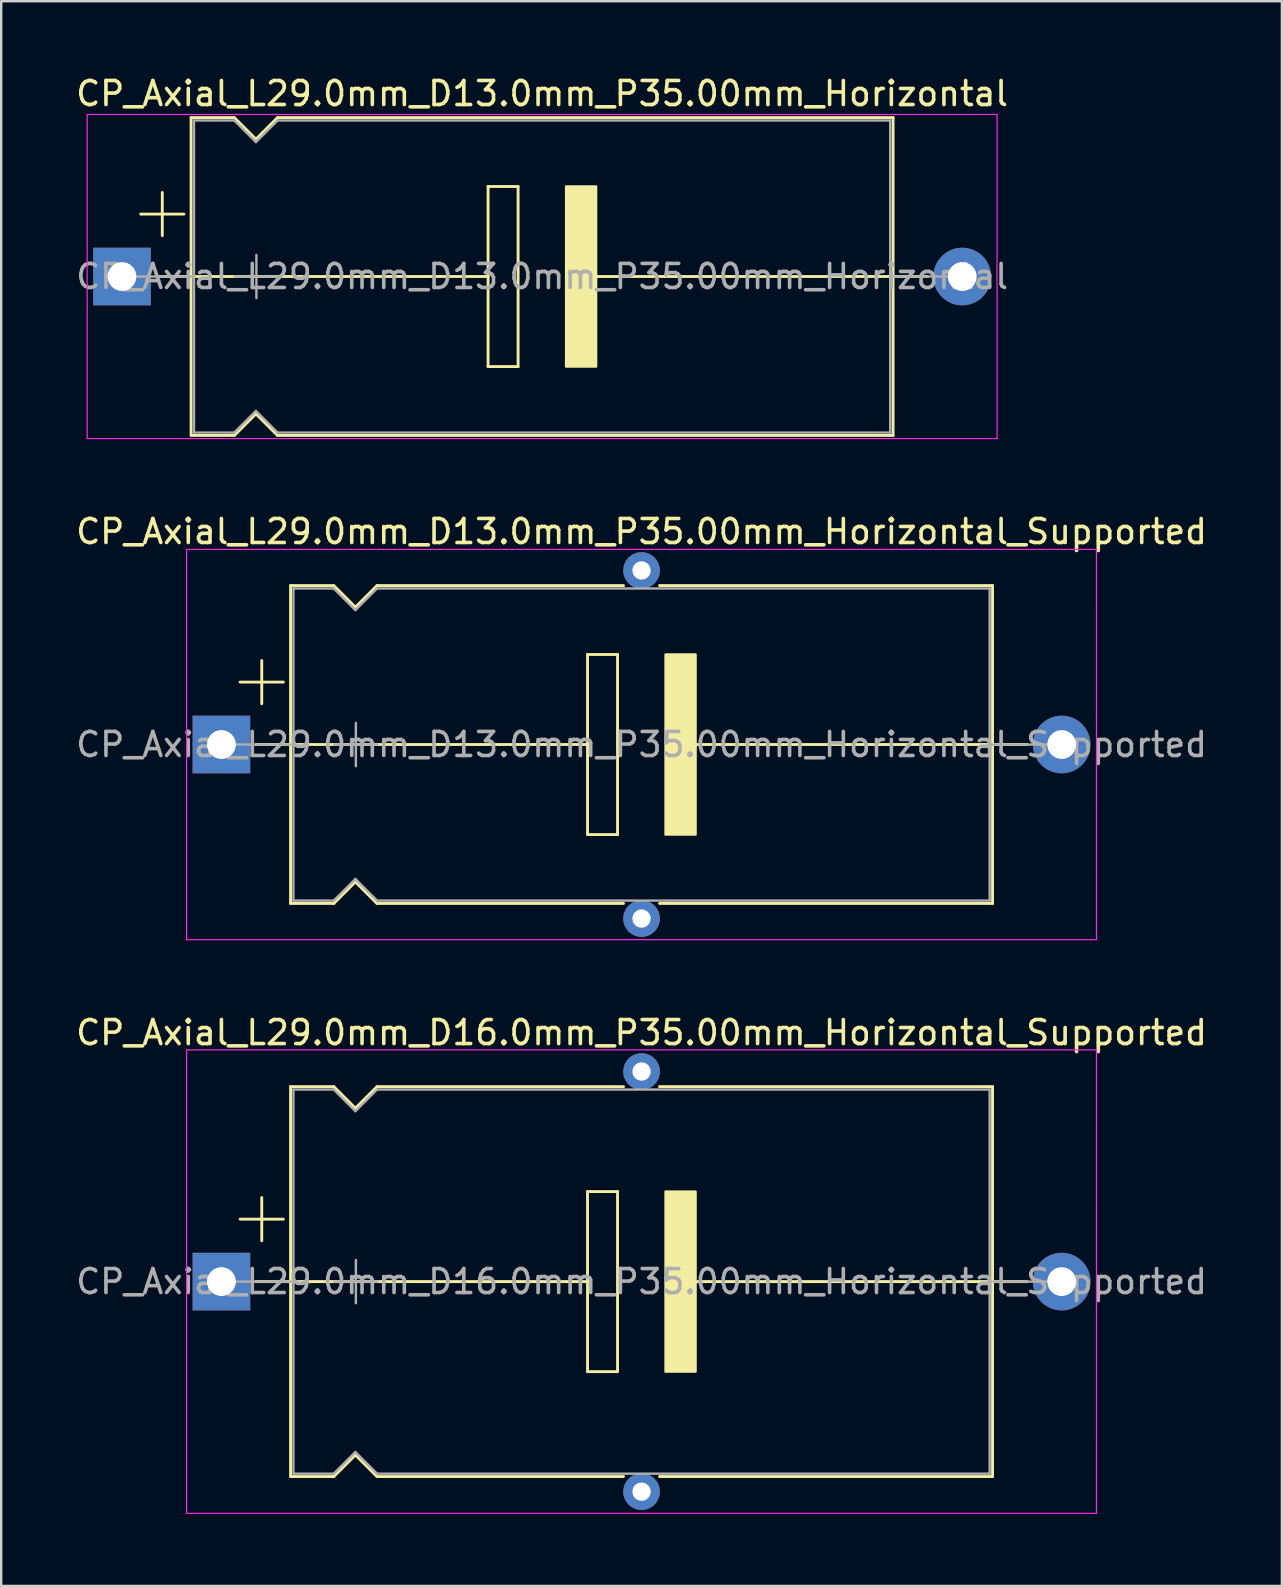
<source format=kicad_pcb>
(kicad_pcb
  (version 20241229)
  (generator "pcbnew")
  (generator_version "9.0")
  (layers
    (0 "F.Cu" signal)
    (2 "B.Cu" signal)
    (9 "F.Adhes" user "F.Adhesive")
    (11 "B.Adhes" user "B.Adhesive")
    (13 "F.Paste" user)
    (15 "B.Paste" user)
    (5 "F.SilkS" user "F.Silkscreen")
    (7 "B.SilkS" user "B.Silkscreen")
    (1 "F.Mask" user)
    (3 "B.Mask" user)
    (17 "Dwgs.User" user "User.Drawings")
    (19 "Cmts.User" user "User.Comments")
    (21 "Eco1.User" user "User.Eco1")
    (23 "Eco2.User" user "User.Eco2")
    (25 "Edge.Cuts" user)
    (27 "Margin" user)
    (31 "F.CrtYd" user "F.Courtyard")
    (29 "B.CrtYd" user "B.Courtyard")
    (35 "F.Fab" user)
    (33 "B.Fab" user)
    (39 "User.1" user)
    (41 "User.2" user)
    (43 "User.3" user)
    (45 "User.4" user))
  (footprint "CP_Axial_L29.0mm_D16.0mm_P35.00mm_Horizontal_Supported"
    (layer "F.Cu")
    (at 6.173 50.333)
    (property "Reference" "CP_Axial_L29.0mm_D16.0mm_P35.00mm_Horizontal_Supported" (at 17.5 -10.37 0) (layer "F.SilkS") (effects (font (size 1 1) (thickness 0.15))))
    (attr through_hole)
    (fp_line (start 0.78 -2.6) (end 2.58 -2.6) (stroke (width 0.12) (type solid)) (layer "F.SilkS"))
    (fp_line (start 1.44 0) (end 2.88 0) (stroke (width 0.12) (type solid)) (layer "F.SilkS"))
    (fp_line (start 1.68 -3.5) (end 1.68 -1.7) (stroke (width 0.12) (type solid)) (layer "F.SilkS"))
    (fp_line (start 2.88 -8.12) (end 2.88 8.12) (stroke (width 0.12) (type solid)) (layer "F.SilkS"))
    (fp_line (start 2.88 -8.12) (end 4.68 -8.12) (stroke (width 0.12) (type solid)) (layer "F.SilkS"))
    (fp_line (start 2.88 0) (end 15.25 0) (stroke (width 0.12) (type solid)) (layer "F.SilkS"))
    (fp_line (start 2.88 8.12) (end 4.68 8.12) (stroke (width 0.12) (type solid)) (layer "F.SilkS"))
    (fp_line (start 4.68 -8.12) (end 5.58 -7.22) (stroke (width 0.12) (type solid)) (layer "F.SilkS"))
    (fp_line (start 4.68 8.12) (end 5.58 7.22) (stroke (width 0.12) (type solid)) (layer "F.SilkS"))
    (fp_line (start 5.58 -7.22) (end 6.48 -8.12) (stroke (width 0.12) (type solid)) (layer "F.SilkS"))
    (fp_line (start 5.58 7.22) (end 6.48 8.12) (stroke (width 0.12) (type solid)) (layer "F.SilkS"))
    (fp_line (start 6.48 -8.12) (end 16.75 -8.12) (stroke (width 0.12) (type solid)) (layer "F.SilkS"))
    (fp_line (start 6.48 8.12) (end 16.75 8.12) (stroke (width 0.12) (type solid)) (layer "F.SilkS"))
    (fp_line (start 15.25 -3.75) (end 16.5 -3.75) (stroke (width 0.12) (type solid)) (layer "F.SilkS"))
    (fp_line (start 15.25 0) (end 15.25 -3.75) (stroke (width 0.12) (type solid)) (layer "F.SilkS"))
    (fp_line (start 15.25 3.75) (end 15.25 0) (stroke (width 0.12) (type solid)) (layer "F.SilkS"))
    (fp_line (start 16.5 -3.75) (end 16.5 3.75) (stroke (width 0.12) (type solid)) (layer "F.SilkS"))
    (fp_line (start 16.5 3.75) (end 15.25 3.75) (stroke (width 0.12) (type solid)) (layer "F.SilkS"))
    (fp_line (start 18.25 -8.12) (end 32.12 -8.12) (stroke (width 0.12) (type solid)) (layer "F.SilkS"))
    (fp_line (start 18.25 8.12) (end 32.12 8.12) (stroke (width 0.12) (type solid)) (layer "F.SilkS"))
    (fp_line (start 19.75 0) (end 32.131 0) (stroke (width 0.12) (type solid)) (layer "F.SilkS"))
    (fp_line (start 32.12 -8.12) (end 32.12 8.12) (stroke (width 0.12) (type solid)) (layer "F.SilkS"))
    (fp_line (start 33.56 0) (end 32.12 0) (stroke (width 0.12) (type solid)) (layer "F.SilkS"))
    (fp_poly (pts (xy 19.75 3.75) (xy 18.5 3.75) (xy 18.5 -3.75) (xy 19.75 -3.75)) (stroke (width 0.1) (type solid)) (fill yes) (layer "F.SilkS"))
    (fp_line (start -1.45 -9.652) (end -1.45 9.652) (stroke (width 0.05) (type solid)) (layer "F.CrtYd"))
    (fp_line (start -1.45 9.652) (end 36.45 9.652) (stroke (width 0.05) (type solid)) (layer "F.CrtYd"))
    (fp_line (start 36.449 9.652) (end 36.45 -9.652) (stroke (width 0.05) (type solid)) (layer "F.CrtYd"))
    (fp_line (start 36.45 -9.652) (end -1.45 -9.652) (stroke (width 0.05) (type solid)) (layer "F.CrtYd"))
    (fp_line (start 0 0) (end 3 0) (stroke (width 0.1) (type solid)) (layer "F.Fab"))
    (fp_line (start 3 -8) (end 3 8) (stroke (width 0.1) (type solid)) (layer "F.Fab"))
    (fp_line (start 3 -8) (end 4.68 -8) (stroke (width 0.1) (type solid)) (layer "F.Fab"))
    (fp_line (start 3 8) (end 4.68 8) (stroke (width 0.1) (type solid)) (layer "F.Fab"))
    (fp_line (start 4.68 -8) (end 5.58 -7.1) (stroke (width 0.1) (type solid)) (layer "F.Fab"))
    (fp_line (start 4.68 8) (end 5.58 7.1) (stroke (width 0.1) (type solid)) (layer "F.Fab"))
    (fp_line (start 4.7 0) (end 6.5 0) (stroke (width 0.1) (type solid)) (layer "F.Fab"))
    (fp_line (start 5.58 -7.1) (end 6.48 -8) (stroke (width 0.1) (type solid)) (layer "F.Fab"))
    (fp_line (start 5.58 7.1) (end 6.48 8) (stroke (width 0.1) (type solid)) (layer "F.Fab"))
    (fp_line (start 5.6 -0.9) (end 5.6 0.9) (stroke (width 0.1) (type solid)) (layer "F.Fab"))
    (fp_line (start 6.48 -8) (end 32 -8) (stroke (width 0.1) (type solid)) (layer "F.Fab"))
    (fp_line (start 6.48 8) (end 32 8) (stroke (width 0.1) (type solid)) (layer "F.Fab"))
    (fp_line (start 32 -8) (end 32 8) (stroke (width 0.1) (type solid)) (layer "F.Fab"))
    (fp_line (start 35 0) (end 32 0) (stroke (width 0.1) (type solid)) (layer "F.Fab"))
    (fp_text user "${REFERENCE}" (at 17.5 0 0) (layer "F.Fab") (effects (font (size 1 1) (thickness 0.15))))
    (pad "" thru_hole circle (at 17.5 -8.75) (size 1.524 1.524) (drill 0.762) (layers "*.Cu" "*.Mask"))
    (pad "" thru_hole circle (at 17.5 8.75) (size 1.524 1.524) (drill 0.762) (layers "*.Cu" "*.Mask"))
    (pad "1" thru_hole rect (at 0 0) (size 2.4 2.4) (drill 1.2) (layers "*.Cu" "*.Mask"))
    (pad "2" thru_hole oval (at 35 0) (size 2.4 2.4) (drill 1.2) (layers "*.Cu" "*.Mask")))
  (footprint "CP_Axial_L29.0mm_D13.0mm_P35.00mm_Horizontal_Supported"
    (layer "F.Cu")
    (at 6.173 27.962)
    (property "Reference" "CP_Axial_L29.0mm_D13.0mm_P35.00mm_Horizontal_Supported" (at 17.5 -8.87 0) (layer "F.SilkS") (effects (font (size 1 1) (thickness 0.15))))
    (attr through_hole)
    (fp_line (start 0.78 -2.6) (end 2.58 -2.6) (stroke (width 0.12) (type solid)) (layer "F.SilkS"))
    (fp_line (start 1.44 0) (end 2.88 0) (stroke (width 0.12) (type solid)) (layer "F.SilkS"))
    (fp_line (start 1.68 -3.5) (end 1.68 -1.7) (stroke (width 0.12) (type solid)) (layer "F.SilkS"))
    (fp_line (start 2.88 -6.62) (end 2.88 6.62) (stroke (width 0.12) (type solid)) (layer "F.SilkS"))
    (fp_line (start 2.88 -6.62) (end 4.68 -6.62) (stroke (width 0.12) (type solid)) (layer "F.SilkS"))
    (fp_line (start 2.88 0) (end 15.25 0) (stroke (width 0.12) (type solid)) (layer "F.SilkS"))
    (fp_line (start 2.88 6.62) (end 4.68 6.62) (stroke (width 0.12) (type solid)) (layer "F.SilkS"))
    (fp_line (start 4.68 -6.62) (end 5.58 -5.72) (stroke (width 0.12) (type solid)) (layer "F.SilkS"))
    (fp_line (start 4.68 6.62) (end 5.58 5.72) (stroke (width 0.12) (type solid)) (layer "F.SilkS"))
    (fp_line (start 5.58 -5.72) (end 6.48 -6.62) (stroke (width 0.12) (type solid)) (layer "F.SilkS"))
    (fp_line (start 5.58 5.72) (end 6.48 6.62) (stroke (width 0.12) (type solid)) (layer "F.SilkS"))
    (fp_line (start 6.48 -6.62) (end 16.75 -6.62) (stroke (width 0.12) (type solid)) (layer "F.SilkS"))
    (fp_line (start 6.48 6.62) (end 16.75 6.62) (stroke (width 0.12) (type solid)) (layer "F.SilkS"))
    (fp_line (start 15.25 -3.75) (end 16.5 -3.75) (stroke (width 0.12) (type solid)) (layer "F.SilkS"))
    (fp_line (start 15.25 0) (end 15.25 -3.75) (stroke (width 0.12) (type solid)) (layer "F.SilkS"))
    (fp_line (start 15.25 3.75) (end 15.25 0) (stroke (width 0.12) (type solid)) (layer "F.SilkS"))
    (fp_line (start 16.5 -3.75) (end 16.5 3.75) (stroke (width 0.12) (type solid)) (layer "F.SilkS"))
    (fp_line (start 16.5 3.75) (end 15.25 3.75) (stroke (width 0.12) (type solid)) (layer "F.SilkS"))
    (fp_line (start 18.25 -6.62) (end 32.12 -6.62) (stroke (width 0.12) (type solid)) (layer "F.SilkS"))
    (fp_line (start 18.25 6.62) (end 32.12 6.62) (stroke (width 0.12) (type solid)) (layer "F.SilkS"))
    (fp_line (start 19.75 0) (end 32.12 0) (stroke (width 0.12) (type solid)) (layer "F.SilkS"))
    (fp_line (start 32.12 -6.62) (end 32.12 6.62) (stroke (width 0.12) (type solid)) (layer "F.SilkS"))
    (fp_line (start 33.56 0) (end 32.12 0) (stroke (width 0.12) (type solid)) (layer "F.SilkS"))
    (fp_poly (pts (xy 19.75 3.75) (xy 18.5 3.75) (xy 18.5 -3.75) (xy 19.75 -3.75)) (stroke (width 0.1) (type solid)) (fill yes) (layer "F.SilkS"))
    (fp_line (start -1.45 -8.128) (end -1.45 8.128) (stroke (width 0.05) (type solid)) (layer "F.CrtYd"))
    (fp_line (start -1.45 8.128) (end 36.45 8.128) (stroke (width 0.05) (type solid)) (layer "F.CrtYd"))
    (fp_line (start 36.45 -8.128) (end -1.45 -8.128) (stroke (width 0.05) (type solid)) (layer "F.CrtYd"))
    (fp_line (start 36.45 8.128) (end 36.449 -8.128) (stroke (width 0.05) (type solid)) (layer "F.CrtYd"))
    (fp_line (start 0 0) (end 3 0) (stroke (width 0.1) (type solid)) (layer "F.Fab"))
    (fp_line (start 3 -6.5) (end 3 6.5) (stroke (width 0.1) (type solid)) (layer "F.Fab"))
    (fp_line (start 3 -6.5) (end 4.68 -6.5) (stroke (width 0.1) (type solid)) (layer "F.Fab"))
    (fp_line (start 3 6.5) (end 4.68 6.5) (stroke (width 0.1) (type solid)) (layer "F.Fab"))
    (fp_line (start 4.68 -6.5) (end 5.58 -5.6) (stroke (width 0.1) (type solid)) (layer "F.Fab"))
    (fp_line (start 4.68 6.5) (end 5.58 5.6) (stroke (width 0.1) (type solid)) (layer "F.Fab"))
    (fp_line (start 4.7 0) (end 6.5 0) (stroke (width 0.1) (type solid)) (layer "F.Fab"))
    (fp_line (start 5.58 -5.6) (end 6.48 -6.5) (stroke (width 0.1) (type solid)) (layer "F.Fab"))
    (fp_line (start 5.58 5.6) (end 6.48 6.5) (stroke (width 0.1) (type solid)) (layer "F.Fab"))
    (fp_line (start 5.6 -0.9) (end 5.6 0.9) (stroke (width 0.1) (type solid)) (layer "F.Fab"))
    (fp_line (start 6.48 -6.5) (end 32 -6.5) (stroke (width 0.1) (type solid)) (layer "F.Fab"))
    (fp_line (start 6.48 6.5) (end 32 6.5) (stroke (width 0.1) (type solid)) (layer "F.Fab"))
    (fp_line (start 32 -6.5) (end 32 6.5) (stroke (width 0.1) (type solid)) (layer "F.Fab"))
    (fp_line (start 35 0) (end 32 0) (stroke (width 0.1) (type solid)) (layer "F.Fab"))
    (fp_text user "${REFERENCE}" (at 17.5 0 0) (layer "F.Fab") (effects (font (size 1 1) (thickness 0.15))))
    (pad "" thru_hole circle (at 17.5 -7.25) (size 1.524 1.524) (drill 0.762) (layers "*.Cu" "*.Mask"))
    (pad "" thru_hole circle (at 17.5 7.25) (size 1.524 1.524) (drill 0.762) (layers "*.Cu" "*.Mask"))
    (pad "1" thru_hole rect (at 0 0) (size 2.4 2.4) (drill 1.2) (layers "*.Cu" "*.Mask"))
    (pad "2" thru_hole oval (at 35 0) (size 2.4 2.4) (drill 1.2) (layers "*.Cu" "*.Mask")))
  (footprint "CP_Axial_L29.0mm_D13.0mm_P35.00mm_Horizontal"
    (layer "F.Cu")
    (at 2.03 8.468)
    (property "Reference" "CP_Axial_L29.0mm_D13.0mm_P35.00mm_Horizontal" (at 17.5 -7.62 0) (layer "F.SilkS") (effects (font (size 1 1) (thickness 0.15))))
    (attr through_hole)
    (fp_line (start 0.78 -2.6) (end 2.58 -2.6) (stroke (width 0.12) (type solid)) (layer "F.SilkS"))
    (fp_line (start 1.44 0) (end 2.88 0) (stroke (width 0.12) (type solid)) (layer "F.SilkS"))
    (fp_line (start 1.68 -3.5) (end 1.68 -1.7) (stroke (width 0.12) (type solid)) (layer "F.SilkS"))
    (fp_line (start 2.88 -6.62) (end 2.88 6.62) (stroke (width 0.12) (type solid)) (layer "F.SilkS"))
    (fp_line (start 2.88 -6.62) (end 4.68 -6.62) (stroke (width 0.12) (type solid)) (layer "F.SilkS"))
    (fp_line (start 2.88 0) (end 15.25 0) (stroke (width 0.12) (type solid)) (layer "F.SilkS"))
    (fp_line (start 2.88 6.62) (end 4.68 6.62) (stroke (width 0.12) (type solid)) (layer "F.SilkS"))
    (fp_line (start 4.68 -6.62) (end 5.58 -5.72) (stroke (width 0.12) (type solid)) (layer "F.SilkS"))
    (fp_line (start 4.68 6.62) (end 5.58 5.72) (stroke (width 0.12) (type solid)) (layer "F.SilkS"))
    (fp_line (start 5.58 -5.72) (end 6.48 -6.62) (stroke (width 0.12) (type solid)) (layer "F.SilkS"))
    (fp_line (start 5.58 5.72) (end 6.48 6.62) (stroke (width 0.12) (type solid)) (layer "F.SilkS"))
    (fp_line (start 6.48 -6.62) (end 32.12 -6.62) (stroke (width 0.12) (type solid)) (layer "F.SilkS"))
    (fp_line (start 6.48 6.62) (end 32.12 6.62) (stroke (width 0.12) (type solid)) (layer "F.SilkS"))
    (fp_line (start 15.25 -3.75) (end 16.5 -3.75) (stroke (width 0.12) (type solid)) (layer "F.SilkS"))
    (fp_line (start 15.25 0) (end 15.25 -3.75) (stroke (width 0.12) (type solid)) (layer "F.SilkS"))
    (fp_line (start 15.25 3.75) (end 15.25 0) (stroke (width 0.12) (type solid)) (layer "F.SilkS"))
    (fp_line (start 16.5 -3.75) (end 16.5 3.75) (stroke (width 0.12) (type solid)) (layer "F.SilkS"))
    (fp_line (start 16.5 3.75) (end 15.25 3.75) (stroke (width 0.12) (type solid)) (layer "F.SilkS"))
    (fp_line (start 19.75 0) (end 32.12 0) (stroke (width 0.12) (type solid)) (layer "F.SilkS"))
    (fp_line (start 32.12 -6.62) (end 32.12 6.62) (stroke (width 0.12) (type solid)) (layer "F.SilkS"))
    (fp_line (start 33.56 0) (end 32.12 0) (stroke (width 0.12) (type solid)) (layer "F.SilkS"))
    (fp_poly (pts (xy 19.75 3.75) (xy 18.5 3.75) (xy 18.5 -3.75) (xy 19.75 -3.75)) (stroke (width 0.1) (type solid)) (fill yes) (layer "F.SilkS"))
    (fp_line (start -1.45 -6.75) (end -1.45 6.75) (stroke (width 0.05) (type solid)) (layer "F.CrtYd"))
    (fp_line (start -1.45 6.75) (end 36.45 6.75) (stroke (width 0.05) (type solid)) (layer "F.CrtYd"))
    (fp_line (start 36.45 -6.75) (end -1.45 -6.75) (stroke (width 0.05) (type solid)) (layer "F.CrtYd"))
    (fp_line (start 36.45 6.75) (end 36.45 -6.75) (stroke (width 0.05) (type solid)) (layer "F.CrtYd"))
    (fp_line (start 0 0) (end 3 0) (stroke (width 0.1) (type solid)) (layer "F.Fab"))
    (fp_line (start 3 -6.5) (end 3 6.5) (stroke (width 0.1) (type solid)) (layer "F.Fab"))
    (fp_line (start 3 -6.5) (end 4.68 -6.5) (stroke (width 0.1) (type solid)) (layer "F.Fab"))
    (fp_line (start 3 6.5) (end 4.68 6.5) (stroke (width 0.1) (type solid)) (layer "F.Fab"))
    (fp_line (start 4.68 -6.5) (end 5.58 -5.6) (stroke (width 0.1) (type solid)) (layer "F.Fab"))
    (fp_line (start 4.68 6.5) (end 5.58 5.6) (stroke (width 0.1) (type solid)) (layer "F.Fab"))
    (fp_line (start 4.7 0) (end 6.5 0) (stroke (width 0.1) (type solid)) (layer "F.Fab"))
    (fp_line (start 5.58 -5.6) (end 6.48 -6.5) (stroke (width 0.1) (type solid)) (layer "F.Fab"))
    (fp_line (start 5.58 5.6) (end 6.48 6.5) (stroke (width 0.1) (type solid)) (layer "F.Fab"))
    (fp_line (start 5.6 -0.9) (end 5.6 0.9) (stroke (width 0.1) (type solid)) (layer "F.Fab"))
    (fp_line (start 6.48 -6.5) (end 32 -6.5) (stroke (width 0.1) (type solid)) (layer "F.Fab"))
    (fp_line (start 6.48 6.5) (end 32 6.5) (stroke (width 0.1) (type solid)) (layer "F.Fab"))
    (fp_line (start 32 -6.5) (end 32 6.5) (stroke (width 0.1) (type solid)) (layer "F.Fab"))
    (fp_line (start 35 0) (end 32 0) (stroke (width 0.1) (type solid)) (layer "F.Fab"))
    (fp_text user "${REFERENCE}" (at 17.5 0 0) (layer "F.Fab") (effects (font (size 1 1) (thickness 0.15))))
    (pad "1" thru_hole rect (at 0 0) (size 2.4 2.4) (drill 1.2) (layers "*.Cu" "*.Mask"))
    (pad "2" thru_hole oval (at 35 0) (size 2.4 2.4) (drill 1.2) (layers "*.Cu" "*.Mask")))
  (gr_rect
    (start -3 -3)
    (end 50.345 63.01)
    (stroke (width 0.1) (type default))
    (fill no)
    (layer "Edge.Cuts")))
</source>
